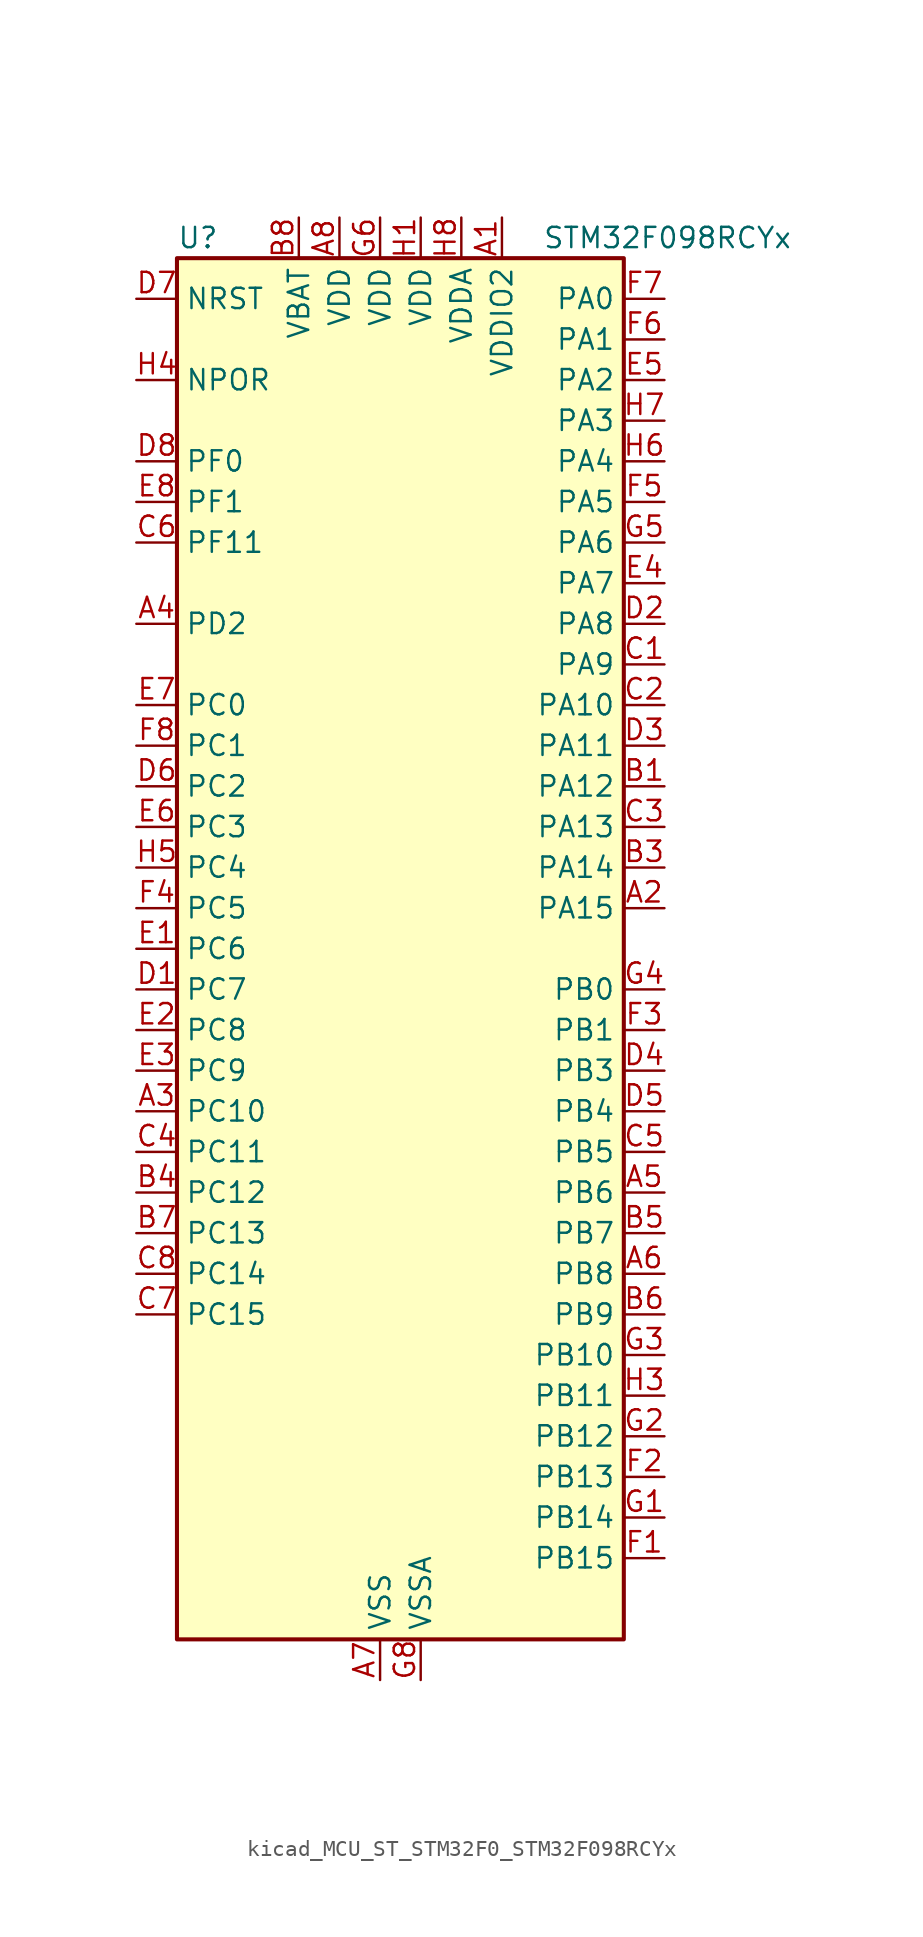
<source format=kicad_sym>
(kicad_symbol_lib
  (version 20220914)
  (generator kicad_symbol_editor)
  (symbol "kicad_MCU_ST_STM32F0_STM32F098RCYx"
    (property "Reference" "U"
      (at -12.7 44.45 0)
      (effects (font (size 1.27 1.27)) (justify left)))
    (property "Value" "STM32F098RCYx"
      (at 10.16 44.45 0)
      (effects (font (size 1.27 1.27)) (justify left)))
    (property "ki_locked" ""
      (at 0 0 0)
      (effects (font (size 1.27 1.27))))
    (symbol "kicad_MCU_ST_STM32F0_STM32F098RCYx_0_1"
      (rectangle (start -12.7 -43.18) (end 15.24 43.18) (stroke (width 0.254) (type default)) (fill (type background))))
    (symbol "kicad_MCU_ST_STM32F0_STM32F098RCYx_1_1"
      (pin power_in line (at 7.62 45.72 270) (length 2.54) (name "VDDIO2" (effects (font (size 1.27 1.27)))) (number "A1" (effects (font (size 1.27 1.27)))))
      (pin bidirectional line (at 17.78 2.54 180) (length 2.54) (name "PA15" (effects (font (size 1.27 1.27)))) (number "A2" (effects (font (size 1.27 1.27)))) (alternate "I2S1_WS" bidirectional line) (alternate "SPI1_NSS" bidirectional line) (alternate "TIM2_CH1" bidirectional line) (alternate "TIM2_ETR" bidirectional line) (alternate "USART2_RX" bidirectional line) (alternate "USART4_DE" bidirectional line) (alternate "USART4_RTS" bidirectional line))
      (pin bidirectional line (at -15.24 -10.16 0) (length 2.54) (name "PC10" (effects (font (size 1.27 1.27)))) (number "A3" (effects (font (size 1.27 1.27)))) (alternate "USART3_TX" bidirectional line) (alternate "USART4_TX" bidirectional line))
      (pin bidirectional line (at -15.24 20.32 0) (length 2.54) (name "PD2" (effects (font (size 1.27 1.27)))) (number "A4" (effects (font (size 1.27 1.27)))) (alternate "TIM3_ETR" bidirectional line) (alternate "USART3_DE" bidirectional line) (alternate "USART3_RTS" bidirectional line) (alternate "USART5_RX" bidirectional line))
      (pin bidirectional line (at 17.78 -15.24 180) (length 2.54) (name "PB6" (effects (font (size 1.27 1.27)))) (number "A5" (effects (font (size 1.27 1.27)))) (alternate "I2C1_SCL" bidirectional line) (alternate "TIM16_CH1N" bidirectional line) (alternate "TSC_G5_IO3" bidirectional line) (alternate "USART1_TX" bidirectional line))
      (pin bidirectional line (at 17.78 -20.32 180) (length 2.54) (name "PB8" (effects (font (size 1.27 1.27)))) (number "A6" (effects (font (size 1.27 1.27)))) (alternate "CAN_RX" bidirectional line) (alternate "CEC" bidirectional line) (alternate "I2C1_SCL" bidirectional line) (alternate "TIM16_CH1" bidirectional line) (alternate "TSC_SYNC" bidirectional line))
      (pin power_in line (at 0 -45.72 90) (length 2.54) (name "VSS" (effects (font (size 1.27 1.27)))) (number "A7" (effects (font (size 1.27 1.27)))))
      (pin power_in line (at -2.54 45.72 270) (length 2.54) (name "VDD" (effects (font (size 1.27 1.27)))) (number "A8" (effects (font (size 1.27 1.27)))))
      (pin bidirectional line (at 17.78 10.16 180) (length 2.54) (name "PA12" (effects (font (size 1.27 1.27)))) (number "B1" (effects (font (size 1.27 1.27)))) (alternate "CAN_TX" bidirectional line) (alternate "COMP2_OUT" bidirectional line) (alternate "I2C2_SDA" bidirectional line) (alternate "TIM1_ETR" bidirectional line) (alternate "TSC_G4_IO4" bidirectional line) (alternate "USART1_DE" bidirectional line) (alternate "USART1_RTS" bidirectional line))
      (pin passive line (at 0 -45.72 90) (length 2.54) hide (name "VSS" (effects (font (size 1.27 1.27)))) (number "B2" (effects (font (size 1.27 1.27)))))
      (pin bidirectional line (at 17.78 5.08 180) (length 2.54) (name "PA14" (effects (font (size 1.27 1.27)))) (number "B3" (effects (font (size 1.27 1.27)))) (alternate "SYS_SWCLK" bidirectional line) (alternate "USART2_TX" bidirectional line))
      (pin bidirectional line (at -15.24 -15.24 0) (length 2.54) (name "PC12" (effects (font (size 1.27 1.27)))) (number "B4" (effects (font (size 1.27 1.27)))) (alternate "USART3_CK" bidirectional line) (alternate "USART4_CK" bidirectional line) (alternate "USART5_TX" bidirectional line))
      (pin bidirectional line (at 17.78 -17.78 180) (length 2.54) (name "PB7" (effects (font (size 1.27 1.27)))) (number "B5" (effects (font (size 1.27 1.27)))) (alternate "I2C1_SDA" bidirectional line) (alternate "TIM17_CH1N" bidirectional line) (alternate "TSC_G5_IO4" bidirectional line) (alternate "USART1_RX" bidirectional line) (alternate "USART4_CTS" bidirectional line))
      (pin bidirectional line (at 17.78 -22.86 180) (length 2.54) (name "PB9" (effects (font (size 1.27 1.27)))) (number "B6" (effects (font (size 1.27 1.27)))) (alternate "CAN_TX" bidirectional line) (alternate "DAC_EXTI9" bidirectional line) (alternate "I2C1_SDA" bidirectional line) (alternate "I2S2_WS" bidirectional line) (alternate "IR_OUT" bidirectional line) (alternate "SPI2_NSS" bidirectional line) (alternate "TIM17_CH1" bidirectional line))
      (pin bidirectional line (at -15.24 -17.78 0) (length 2.54) (name "PC13" (effects (font (size 1.27 1.27)))) (number "B7" (effects (font (size 1.27 1.27)))) (alternate "RTC_OUT_ALARM" bidirectional line) (alternate "RTC_OUT_CALIB" bidirectional line) (alternate "RTC_TAMP1" bidirectional line) (alternate "RTC_TS" bidirectional line) (alternate "SYS_WKUP2" bidirectional line))
      (pin power_in line (at -5.08 45.72 270) (length 2.54) (name "VBAT" (effects (font (size 1.27 1.27)))) (number "B8" (effects (font (size 1.27 1.27)))))
      (pin bidirectional line (at 17.78 17.78 180) (length 2.54) (name "PA9" (effects (font (size 1.27 1.27)))) (number "C1" (effects (font (size 1.27 1.27)))) (alternate "DAC_EXTI9" bidirectional line) (alternate "I2C1_SCL" bidirectional line) (alternate "RCC_MCO" bidirectional line) (alternate "TIM15_BKIN" bidirectional line) (alternate "TIM1_CH2" bidirectional line) (alternate "TSC_G4_IO1" bidirectional line) (alternate "USART1_TX" bidirectional line))
      (pin bidirectional line (at 17.78 15.24 180) (length 2.54) (name "PA10" (effects (font (size 1.27 1.27)))) (number "C2" (effects (font (size 1.27 1.27)))) (alternate "I2C1_SDA" bidirectional line) (alternate "TIM17_BKIN" bidirectional line) (alternate "TIM1_CH3" bidirectional line) (alternate "TSC_G4_IO2" bidirectional line) (alternate "USART1_RX" bidirectional line))
      (pin bidirectional line (at 17.78 7.62 180) (length 2.54) (name "PA13" (effects (font (size 1.27 1.27)))) (number "C3" (effects (font (size 1.27 1.27)))) (alternate "IR_OUT" bidirectional line) (alternate "SYS_SWDIO" bidirectional line))
      (pin bidirectional line (at -15.24 -12.7 0) (length 2.54) (name "PC11" (effects (font (size 1.27 1.27)))) (number "C4" (effects (font (size 1.27 1.27)))) (alternate "USART3_RX" bidirectional line) (alternate "USART4_RX" bidirectional line))
      (pin bidirectional line (at 17.78 -12.7 180) (length 2.54) (name "PB5" (effects (font (size 1.27 1.27)))) (number "C5" (effects (font (size 1.27 1.27)))) (alternate "I2C1_SMBA" bidirectional line) (alternate "I2S1_SD" bidirectional line) (alternate "SPI1_MOSI" bidirectional line) (alternate "SYS_WKUP6" bidirectional line) (alternate "TIM16_BKIN" bidirectional line) (alternate "TIM3_CH2" bidirectional line) (alternate "USART5_CK" bidirectional line) (alternate "USART5_DE" bidirectional line) (alternate "USART5_RTS" bidirectional line))
      (pin bidirectional line (at -15.24 25.4 0) (length 2.54) (name "PF11" (effects (font (size 1.27 1.27)))) (number "C6" (effects (font (size 1.27 1.27)))))
      (pin bidirectional line (at -15.24 -22.86 0) (length 2.54) (name "PC15" (effects (font (size 1.27 1.27)))) (number "C7" (effects (font (size 1.27 1.27)))) (alternate "RCC_OSC32_OUT" bidirectional line))
      (pin bidirectional line (at -15.24 -20.32 0) (length 2.54) (name "PC14" (effects (font (size 1.27 1.27)))) (number "C8" (effects (font (size 1.27 1.27)))) (alternate "RCC_OSC32_IN" bidirectional line))
      (pin bidirectional line (at -15.24 -2.54 0) (length 2.54) (name "PC7" (effects (font (size 1.27 1.27)))) (number "D1" (effects (font (size 1.27 1.27)))) (alternate "TIM3_CH2" bidirectional line) (alternate "USART7_RX" bidirectional line))
      (pin bidirectional line (at 17.78 20.32 180) (length 2.54) (name "PA8" (effects (font (size 1.27 1.27)))) (number "D2" (effects (font (size 1.27 1.27)))) (alternate "CRS_SYNC" bidirectional line) (alternate "RCC_MCO" bidirectional line) (alternate "TIM1_CH1" bidirectional line) (alternate "USART1_CK" bidirectional line))
      (pin bidirectional line (at 17.78 12.7 180) (length 2.54) (name "PA11" (effects (font (size 1.27 1.27)))) (number "D3" (effects (font (size 1.27 1.27)))) (alternate "CAN_RX" bidirectional line) (alternate "COMP1_OUT" bidirectional line) (alternate "I2C2_SCL" bidirectional line) (alternate "TIM1_CH4" bidirectional line) (alternate "TSC_G4_IO3" bidirectional line) (alternate "USART1_CTS" bidirectional line))
      (pin bidirectional line (at 17.78 -7.62 180) (length 2.54) (name "PB3" (effects (font (size 1.27 1.27)))) (number "D4" (effects (font (size 1.27 1.27)))) (alternate "I2S1_CK" bidirectional line) (alternate "SPI1_SCK" bidirectional line) (alternate "TIM2_CH2" bidirectional line) (alternate "TSC_G5_IO1" bidirectional line) (alternate "USART5_TX" bidirectional line))
      (pin bidirectional line (at 17.78 -10.16 180) (length 2.54) (name "PB4" (effects (font (size 1.27 1.27)))) (number "D5" (effects (font (size 1.27 1.27)))) (alternate "I2S1_MCK" bidirectional line) (alternate "SPI1_MISO" bidirectional line) (alternate "TIM17_BKIN" bidirectional line) (alternate "TIM3_CH1" bidirectional line) (alternate "TSC_G5_IO2" bidirectional line) (alternate "USART5_RX" bidirectional line))
      (pin bidirectional line (at -15.24 10.16 0) (length 2.54) (name "PC2" (effects (font (size 1.27 1.27)))) (number "D6" (effects (font (size 1.27 1.27)))) (alternate "ADC_IN12" bidirectional line) (alternate "I2S2_MCK" bidirectional line) (alternate "SPI2_MISO" bidirectional line) (alternate "USART8_TX" bidirectional line))
      (pin input line (at -15.24 40.64 0) (length 2.54) (name "NRST" (effects (font (size 1.27 1.27)))) (number "D7" (effects (font (size 1.27 1.27)))))
      (pin bidirectional line (at -15.24 30.48 0) (length 2.54) (name "PF0" (effects (font (size 1.27 1.27)))) (number "D8" (effects (font (size 1.27 1.27)))) (alternate "CRS_SYNC" bidirectional line) (alternate "I2C1_SDA" bidirectional line) (alternate "RCC_OSC_IN" bidirectional line))
      (pin bidirectional line (at -15.24 0 0) (length 2.54) (name "PC6" (effects (font (size 1.27 1.27)))) (number "E1" (effects (font (size 1.27 1.27)))) (alternate "TIM3_CH1" bidirectional line) (alternate "USART7_TX" bidirectional line))
      (pin bidirectional line (at -15.24 -5.08 0) (length 2.54) (name "PC8" (effects (font (size 1.27 1.27)))) (number "E2" (effects (font (size 1.27 1.27)))) (alternate "TIM3_CH3" bidirectional line) (alternate "USART8_TX" bidirectional line))
      (pin bidirectional line (at -15.24 -7.62 0) (length 2.54) (name "PC9" (effects (font (size 1.27 1.27)))) (number "E3" (effects (font (size 1.27 1.27)))) (alternate "DAC_EXTI9" bidirectional line) (alternate "TIM3_CH4" bidirectional line) (alternate "USART8_RX" bidirectional line))
      (pin bidirectional line (at 17.78 22.86 180) (length 2.54) (name "PA7" (effects (font (size 1.27 1.27)))) (number "E4" (effects (font (size 1.27 1.27)))) (alternate "ADC_IN7" bidirectional line) (alternate "COMP2_OUT" bidirectional line) (alternate "I2S1_SD" bidirectional line) (alternate "SPI1_MOSI" bidirectional line) (alternate "TIM14_CH1" bidirectional line) (alternate "TIM17_CH1" bidirectional line) (alternate "TIM1_CH1N" bidirectional line) (alternate "TIM3_CH2" bidirectional line) (alternate "TSC_G2_IO4" bidirectional line))
      (pin bidirectional line (at 17.78 35.56 180) (length 2.54) (name "PA2" (effects (font (size 1.27 1.27)))) (number "E5" (effects (font (size 1.27 1.27)))) (alternate "ADC_IN2" bidirectional line) (alternate "COMP2_INM" bidirectional line) (alternate "COMP2_OUT" bidirectional line) (alternate "SYS_WKUP4" bidirectional line) (alternate "TIM15_CH1" bidirectional line) (alternate "TIM2_CH3" bidirectional line) (alternate "TSC_G1_IO3" bidirectional line) (alternate "USART2_TX" bidirectional line))
      (pin bidirectional line (at -15.24 7.62 0) (length 2.54) (name "PC3" (effects (font (size 1.27 1.27)))) (number "E6" (effects (font (size 1.27 1.27)))) (alternate "ADC_IN13" bidirectional line) (alternate "I2S2_SD" bidirectional line) (alternate "SPI2_MOSI" bidirectional line) (alternate "USART8_RX" bidirectional line))
      (pin bidirectional line (at -15.24 15.24 0) (length 2.54) (name "PC0" (effects (font (size 1.27 1.27)))) (number "E7" (effects (font (size 1.27 1.27)))) (alternate "ADC_IN10" bidirectional line) (alternate "USART6_TX" bidirectional line) (alternate "USART7_TX" bidirectional line))
      (pin bidirectional line (at -15.24 27.94 0) (length 2.54) (name "PF1" (effects (font (size 1.27 1.27)))) (number "E8" (effects (font (size 1.27 1.27)))) (alternate "I2C1_SCL" bidirectional line) (alternate "RCC_OSC_OUT" bidirectional line))
      (pin bidirectional line (at 17.78 -38.1 180) (length 2.54) (name "PB15" (effects (font (size 1.27 1.27)))) (number "F1" (effects (font (size 1.27 1.27)))) (alternate "I2S2_SD" bidirectional line) (alternate "RTC_REFIN" bidirectional line) (alternate "SPI2_MOSI" bidirectional line) (alternate "SYS_WKUP7" bidirectional line) (alternate "TIM15_CH1N" bidirectional line) (alternate "TIM15_CH2" bidirectional line) (alternate "TIM1_CH3N" bidirectional line))
      (pin bidirectional line (at 17.78 -33.02 180) (length 2.54) (name "PB13" (effects (font (size 1.27 1.27)))) (number "F2" (effects (font (size 1.27 1.27)))) (alternate "I2C2_SCL" bidirectional line) (alternate "I2S2_CK" bidirectional line) (alternate "SPI2_SCK" bidirectional line) (alternate "TIM1_CH1N" bidirectional line) (alternate "TSC_G6_IO3" bidirectional line) (alternate "USART3_CTS" bidirectional line))
      (pin bidirectional line (at 17.78 -5.08 180) (length 2.54) (name "PB1" (effects (font (size 1.27 1.27)))) (number "F3" (effects (font (size 1.27 1.27)))) (alternate "ADC_IN9" bidirectional line) (alternate "TIM14_CH1" bidirectional line) (alternate "TIM1_CH3N" bidirectional line) (alternate "TIM3_CH4" bidirectional line) (alternate "TSC_G3_IO3" bidirectional line) (alternate "USART3_DE" bidirectional line) (alternate "USART3_RTS" bidirectional line))
      (pin bidirectional line (at -15.24 2.54 0) (length 2.54) (name "PC5" (effects (font (size 1.27 1.27)))) (number "F4" (effects (font (size 1.27 1.27)))) (alternate "ADC_IN15" bidirectional line) (alternate "SYS_WKUP5" bidirectional line) (alternate "TSC_G3_IO1" bidirectional line) (alternate "USART3_RX" bidirectional line))
      (pin bidirectional line (at 17.78 27.94 180) (length 2.54) (name "PA5" (effects (font (size 1.27 1.27)))) (number "F5" (effects (font (size 1.27 1.27)))) (alternate "ADC_IN5" bidirectional line) (alternate "CEC" bidirectional line) (alternate "COMP1_INM" bidirectional line) (alternate "COMP2_INM" bidirectional line) (alternate "DAC_OUT2" bidirectional line) (alternate "I2S1_CK" bidirectional line) (alternate "SPI1_SCK" bidirectional line) (alternate "TIM2_CH1" bidirectional line) (alternate "TIM2_ETR" bidirectional line) (alternate "TSC_G2_IO2" bidirectional line) (alternate "USART6_RX" bidirectional line))
      (pin bidirectional line (at 17.78 38.1 180) (length 2.54) (name "PA1" (effects (font (size 1.27 1.27)))) (number "F6" (effects (font (size 1.27 1.27)))) (alternate "ADC_IN1" bidirectional line) (alternate "COMP1_INP" bidirectional line) (alternate "TIM15_CH1N" bidirectional line) (alternate "TIM2_CH2" bidirectional line) (alternate "TSC_G1_IO2" bidirectional line) (alternate "USART2_DE" bidirectional line) (alternate "USART2_RTS" bidirectional line) (alternate "USART4_RX" bidirectional line))
      (pin bidirectional line (at 17.78 40.64 180) (length 2.54) (name "PA0" (effects (font (size 1.27 1.27)))) (number "F7" (effects (font (size 1.27 1.27)))) (alternate "ADC_IN0" bidirectional line) (alternate "COMP1_INM" bidirectional line) (alternate "COMP1_OUT" bidirectional line) (alternate "RTC_TAMP2" bidirectional line) (alternate "SYS_WKUP1" bidirectional line) (alternate "TIM2_CH1" bidirectional line) (alternate "TIM2_ETR" bidirectional line) (alternate "TSC_G1_IO1" bidirectional line) (alternate "USART2_CTS" bidirectional line) (alternate "USART4_TX" bidirectional line))
      (pin bidirectional line (at -15.24 12.7 0) (length 2.54) (name "PC1" (effects (font (size 1.27 1.27)))) (number "F8" (effects (font (size 1.27 1.27)))) (alternate "ADC_IN11" bidirectional line) (alternate "USART6_RX" bidirectional line) (alternate "USART7_RX" bidirectional line))
      (pin bidirectional line (at 17.78 -35.56 180) (length 2.54) (name "PB14" (effects (font (size 1.27 1.27)))) (number "G1" (effects (font (size 1.27 1.27)))) (alternate "I2C2_SDA" bidirectional line) (alternate "I2S2_MCK" bidirectional line) (alternate "SPI2_MISO" bidirectional line) (alternate "TIM15_CH1" bidirectional line) (alternate "TIM1_CH2N" bidirectional line) (alternate "TSC_G6_IO4" bidirectional line) (alternate "USART3_DE" bidirectional line) (alternate "USART3_RTS" bidirectional line))
      (pin bidirectional line (at 17.78 -30.48 180) (length 2.54) (name "PB12" (effects (font (size 1.27 1.27)))) (number "G2" (effects (font (size 1.27 1.27)))) (alternate "I2S2_WS" bidirectional line) (alternate "SPI2_NSS" bidirectional line) (alternate "TIM15_BKIN" bidirectional line) (alternate "TIM1_BKIN" bidirectional line) (alternate "TSC_G6_IO2" bidirectional line) (alternate "USART3_CK" bidirectional line))
      (pin bidirectional line (at 17.78 -25.4 180) (length 2.54) (name "PB10" (effects (font (size 1.27 1.27)))) (number "G3" (effects (font (size 1.27 1.27)))) (alternate "CEC" bidirectional line) (alternate "I2C2_SCL" bidirectional line) (alternate "I2S2_CK" bidirectional line) (alternate "SPI2_SCK" bidirectional line) (alternate "TIM2_CH3" bidirectional line) (alternate "TSC_SYNC" bidirectional line) (alternate "USART3_TX" bidirectional line))
      (pin bidirectional line (at 17.78 -2.54 180) (length 2.54) (name "PB0" (effects (font (size 1.27 1.27)))) (number "G4" (effects (font (size 1.27 1.27)))) (alternate "ADC_IN8" bidirectional line) (alternate "TIM1_CH2N" bidirectional line) (alternate "TIM3_CH3" bidirectional line) (alternate "TSC_G3_IO2" bidirectional line) (alternate "USART3_CK" bidirectional line))
      (pin bidirectional line (at 17.78 25.4 180) (length 2.54) (name "PA6" (effects (font (size 1.27 1.27)))) (number "G5" (effects (font (size 1.27 1.27)))) (alternate "ADC_IN6" bidirectional line) (alternate "COMP1_OUT" bidirectional line) (alternate "I2S1_MCK" bidirectional line) (alternate "SPI1_MISO" bidirectional line) (alternate "TIM16_CH1" bidirectional line) (alternate "TIM1_BKIN" bidirectional line) (alternate "TIM3_CH1" bidirectional line) (alternate "TSC_G2_IO3" bidirectional line) (alternate "USART3_CTS" bidirectional line))
      (pin power_in line (at 0 45.72 270) (length 2.54) (name "VDD" (effects (font (size 1.27 1.27)))) (number "G6" (effects (font (size 1.27 1.27)))))
      (pin passive line (at 0 -45.72 90) (length 2.54) hide (name "VSS" (effects (font (size 1.27 1.27)))) (number "G7" (effects (font (size 1.27 1.27)))))
      (pin power_in line (at 2.54 -45.72 90) (length 2.54) (name "VSSA" (effects (font (size 1.27 1.27)))) (number "G8" (effects (font (size 1.27 1.27)))))
      (pin power_in line (at 2.54 45.72 270) (length 2.54) (name "VDD" (effects (font (size 1.27 1.27)))) (number "H1" (effects (font (size 1.27 1.27)))))
      (pin passive line (at 0 -45.72 90) (length 2.54) hide (name "VSS" (effects (font (size 1.27 1.27)))) (number "H2" (effects (font (size 1.27 1.27)))))
      (pin bidirectional line (at 17.78 -27.94 180) (length 2.54) (name "PB11" (effects (font (size 1.27 1.27)))) (number "H3" (effects (font (size 1.27 1.27)))) (alternate "I2C2_SDA" bidirectional line) (alternate "TIM2_CH4" bidirectional line) (alternate "TSC_G6_IO1" bidirectional line) (alternate "USART3_RX" bidirectional line))
      (pin input line (at -15.24 35.56 0) (length 2.54) (name "NPOR" (effects (font (size 1.27 1.27)))) (number "H4" (effects (font (size 1.27 1.27)))))
      (pin bidirectional line (at -15.24 5.08 0) (length 2.54) (name "PC4" (effects (font (size 1.27 1.27)))) (number "H5" (effects (font (size 1.27 1.27)))) (alternate "ADC_IN14" bidirectional line) (alternate "USART3_TX" bidirectional line))
      (pin bidirectional line (at 17.78 30.48 180) (length 2.54) (name "PA4" (effects (font (size 1.27 1.27)))) (number "H6" (effects (font (size 1.27 1.27)))) (alternate "ADC_IN4" bidirectional line) (alternate "COMP1_INM" bidirectional line) (alternate "COMP2_INM" bidirectional line) (alternate "DAC_OUT1" bidirectional line) (alternate "I2S1_WS" bidirectional line) (alternate "SPI1_NSS" bidirectional line) (alternate "TIM14_CH1" bidirectional line) (alternate "TSC_G2_IO1" bidirectional line) (alternate "USART2_CK" bidirectional line) (alternate "USART6_TX" bidirectional line))
      (pin bidirectional line (at 17.78 33.02 180) (length 2.54) (name "PA3" (effects (font (size 1.27 1.27)))) (number "H7" (effects (font (size 1.27 1.27)))) (alternate "ADC_IN3" bidirectional line) (alternate "COMP2_INP" bidirectional line) (alternate "TIM15_CH2" bidirectional line) (alternate "TIM2_CH4" bidirectional line) (alternate "TSC_G1_IO4" bidirectional line) (alternate "USART2_RX" bidirectional line))
      (pin power_in line (at 5.08 45.72 270) (length 2.54) (name "VDDA" (effects (font (size 1.27 1.27)))) (number "H8" (effects (font (size 1.27 1.27))))))))
</source>
